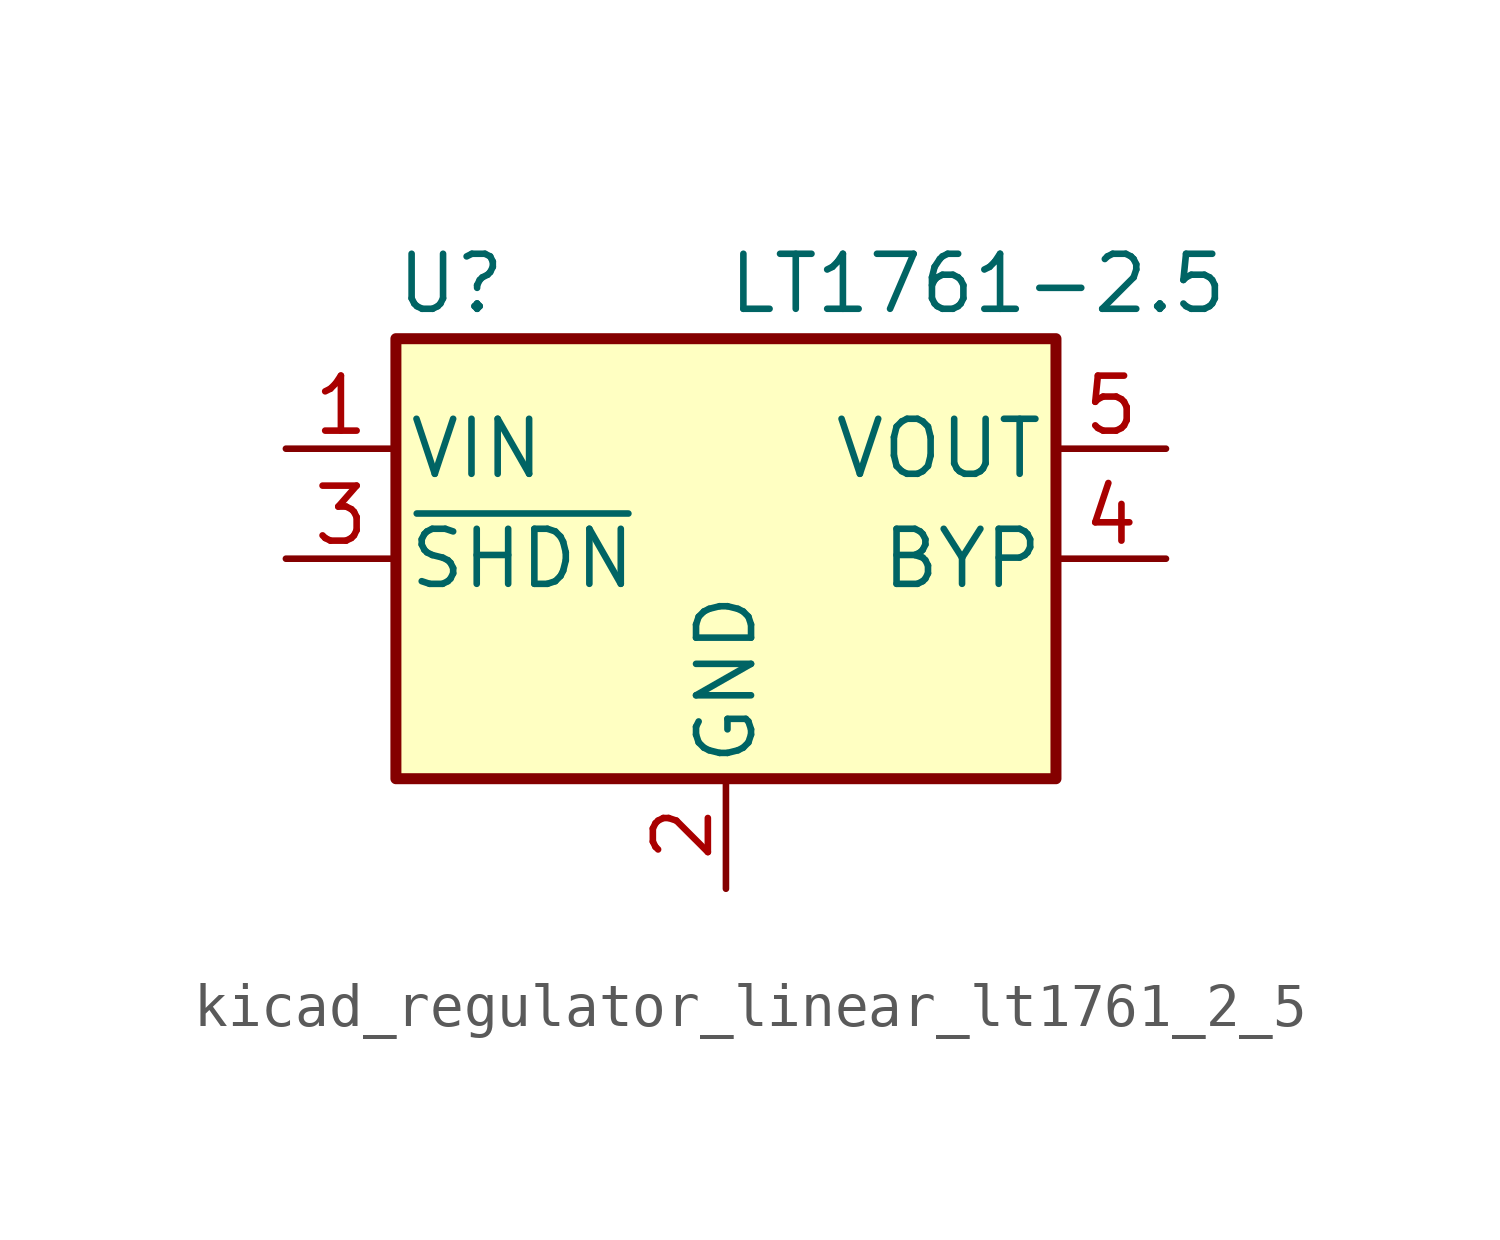
<source format=kicad_sym>
(kicad_symbol_lib
  (version 20220914)
  (generator kicad_symbol_editor)
  (symbol "kicad_regulator_linear_lt1761_2_5"
    (pin_names
      (offset 0.254))
    (property "Reference" "U"
      (at -6.35 6.35 0)
      (effects (font (size 1.27 1.27))))
    (property "Value" "LT1761-2.5"
      (at 0 6.35 0)
      (effects (font (size 1.27 1.27)) (justify left)))
    (symbol "kicad_regulator_linear_lt1761_2_5_0_1"
      (rectangle (start -7.62 5.08) (end 7.62 -5.08) (stroke (width 0.254) (type default)) (fill (type background))))
    (symbol "kicad_regulator_linear_lt1761_2_5_1_1"
      (pin power_in line (at -10.16 2.54 0) (length 2.54) (name "VIN" (effects (font (size 1.27 1.27)))) (number "1" (effects (font (size 1.27 1.27)))))
      (pin power_in line (at 0 -7.62 90) (length 2.54) (name "GND" (effects (font (size 1.27 1.27)))) (number "2" (effects (font (size 1.27 1.27)))))
      (pin input line (at -10.16 0 0) (length 2.54) (name "~{SHDN}" (effects (font (size 1.27 1.27)))) (number "3" (effects (font (size 1.27 1.27)))))
      (pin passive line (at 10.16 0 180) (length 2.54) (name "BYP" (effects (font (size 1.27 1.27)))) (number "4" (effects (font (size 1.27 1.27)))))
      (pin power_out line (at 10.16 2.54 180) (length 2.54) (name "VOUT" (effects (font (size 1.27 1.27)))) (number "5" (effects (font (size 1.27 1.27))))))))
</source>
